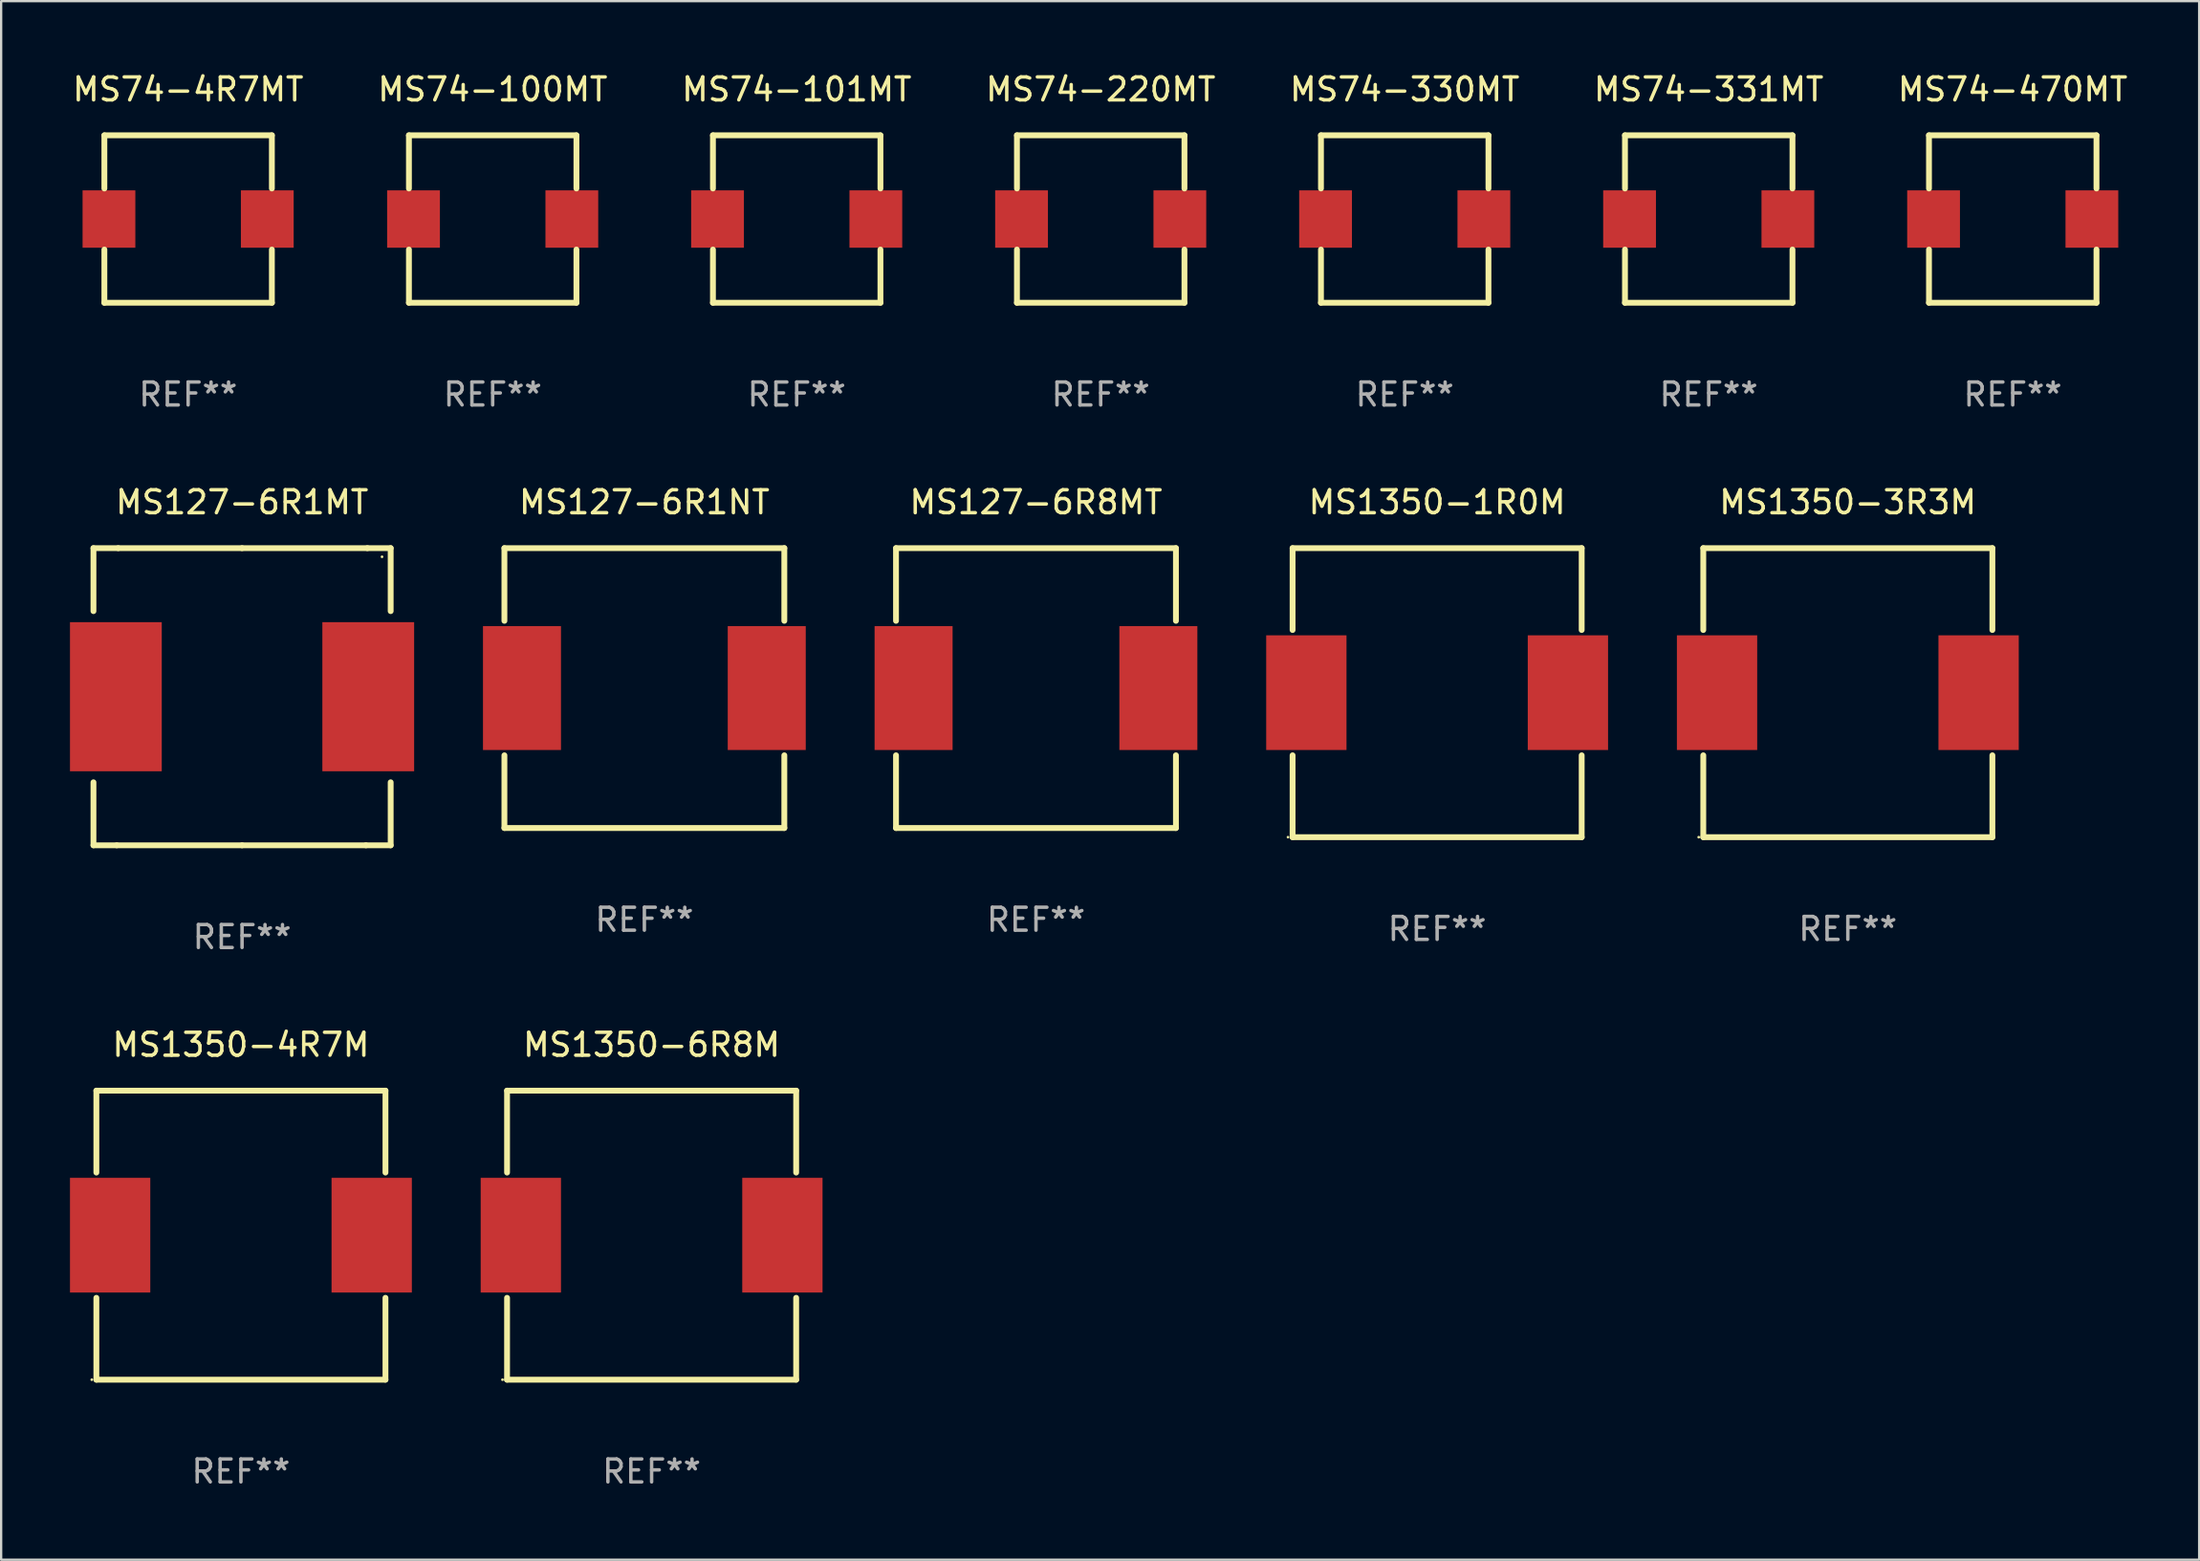
<source format=kicad_pcb>
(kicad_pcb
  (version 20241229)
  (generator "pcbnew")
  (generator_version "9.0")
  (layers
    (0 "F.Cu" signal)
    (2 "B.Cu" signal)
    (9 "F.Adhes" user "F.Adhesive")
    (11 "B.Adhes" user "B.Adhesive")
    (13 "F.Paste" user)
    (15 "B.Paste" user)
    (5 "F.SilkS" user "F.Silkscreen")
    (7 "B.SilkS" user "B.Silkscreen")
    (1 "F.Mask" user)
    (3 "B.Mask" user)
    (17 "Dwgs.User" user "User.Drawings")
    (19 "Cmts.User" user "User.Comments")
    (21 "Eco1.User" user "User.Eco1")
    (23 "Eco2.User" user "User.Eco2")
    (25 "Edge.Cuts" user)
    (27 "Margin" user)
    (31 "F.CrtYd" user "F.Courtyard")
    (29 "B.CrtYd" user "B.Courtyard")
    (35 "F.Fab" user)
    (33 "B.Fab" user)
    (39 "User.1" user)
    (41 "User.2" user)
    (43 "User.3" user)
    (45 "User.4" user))
  (footprint "MS74-4R7MT"
    (layer "F.Cu")
    (at 5.149 6.498)
    (property "Reference" "MS74-4R7MT" (at 0 -5.65 0) (layer "F.SilkS") (effects (font (size 1 1) (thickness 0.15))))
    (attr through_hole)
    (fp_line (start -3.65 -3.65) (end 3.65 -3.65) (stroke (width 0.254) (type solid)) (layer "F.SilkS"))
    (fp_line (start -3.65 -1.331) (end -3.65 -3.65) (stroke (width 0.254) (type solid)) (layer "F.SilkS"))
    (fp_line (start -3.65 3.65) (end -3.65 1.331) (stroke (width 0.254) (type solid)) (layer "F.SilkS"))
    (fp_line (start 3.65 -3.65) (end 3.65 -1.331) (stroke (width 0.254) (type solid)) (layer "F.SilkS"))
    (fp_line (start 3.65 1.331) (end 3.65 3.65) (stroke (width 0.254) (type solid)) (layer "F.SilkS"))
    (fp_line (start 3.65 3.65) (end -3.65 3.65) (stroke (width 0.254) (type solid)) (layer "F.SilkS"))
    (fp_circle (center -3.65 3.65) (end -3.62 3.65) (stroke (width 0.06) (type solid)) (fill no) (layer "F.SilkS"))
    (fp_text user "REF**" (at 0 7.65 0) (layer "F.Fab") (effects (font (size 1 1) (thickness 0.15))))
    (pad "1" smd rect (at -3.45 0) (size 2.3 2.5) (layers "F.Cu" "F.Mask" "F.Paste"))
    (pad "2" smd rect (at 3.45 0) (size 2.3 2.5) (layers "F.Cu" "F.Mask" "F.Paste")))
  (footprint "MS74-101MT"
    (layer "F.Cu")
    (at 31.673 6.498)
    (property "Reference" "MS74-101MT" (at 0 -5.65 0) (layer "F.SilkS") (effects (font (size 1 1) (thickness 0.15))))
    (attr through_hole)
    (fp_line (start -3.65 -3.65) (end 3.65 -3.65) (stroke (width 0.254) (type solid)) (layer "F.SilkS"))
    (fp_line (start -3.65 -1.331) (end -3.65 -3.65) (stroke (width 0.254) (type solid)) (layer "F.SilkS"))
    (fp_line (start -3.65 3.65) (end -3.65 1.331) (stroke (width 0.254) (type solid)) (layer "F.SilkS"))
    (fp_line (start 3.65 -3.65) (end 3.65 -1.331) (stroke (width 0.254) (type solid)) (layer "F.SilkS"))
    (fp_line (start 3.65 1.331) (end 3.65 3.65) (stroke (width 0.254) (type solid)) (layer "F.SilkS"))
    (fp_line (start 3.65 3.65) (end -3.65 3.65) (stroke (width 0.254) (type solid)) (layer "F.SilkS"))
    (fp_circle (center -3.65 3.65) (end -3.62 3.65) (stroke (width 0.06) (type solid)) (fill no) (layer "F.SilkS"))
    (fp_text user "REF**" (at 0 7.65 0) (layer "F.Fab") (effects (font (size 1 1) (thickness 0.15))))
    (pad "1" smd rect (at -3.45 0) (size 2.3 2.5) (layers "F.Cu" "F.Mask" "F.Paste"))
    (pad "2" smd rect (at 3.45 0) (size 2.3 2.5) (layers "F.Cu" "F.Mask" "F.Paste")))
  (footprint "MS74-331MT"
    (layer "F.Cu")
    (at 71.423 6.498)
    (property "Reference" "MS74-331MT" (at 0 -5.65 0) (layer "F.SilkS") (effects (font (size 1 1) (thickness 0.15))))
    (attr through_hole)
    (fp_line (start -3.65 -3.65) (end 3.65 -3.65) (stroke (width 0.254) (type solid)) (layer "F.SilkS"))
    (fp_line (start -3.65 -1.331) (end -3.65 -3.65) (stroke (width 0.254) (type solid)) (layer "F.SilkS"))
    (fp_line (start -3.65 3.65) (end -3.65 1.331) (stroke (width 0.254) (type solid)) (layer "F.SilkS"))
    (fp_line (start 3.65 -3.65) (end 3.65 -1.331) (stroke (width 0.254) (type solid)) (layer "F.SilkS"))
    (fp_line (start 3.65 1.331) (end 3.65 3.65) (stroke (width 0.254) (type solid)) (layer "F.SilkS"))
    (fp_line (start 3.65 3.65) (end -3.65 3.65) (stroke (width 0.254) (type solid)) (layer "F.SilkS"))
    (fp_circle (center -3.65 3.65) (end -3.62 3.65) (stroke (width 0.06) (type solid)) (fill no) (layer "F.SilkS"))
    (fp_text user "REF**" (at 0 7.65 0) (layer "F.Fab") (effects (font (size 1 1) (thickness 0.15))))
    (pad "1" smd rect (at -3.45 0) (size 2.3 2.5) (layers "F.Cu" "F.Mask" "F.Paste"))
    (pad "2" smd rect (at 3.45 0) (size 2.3 2.5) (layers "F.Cu" "F.Mask" "F.Paste")))
  (footprint "MS1350-6R8M"
    (layer "F.Cu")
    (at 25.35 50.795)
    (property "Reference" "MS1350-6R8M" (at 0 -8.3 0) (layer "F.SilkS") (effects (font (size 1 1) (thickness 0.15))))
    (attr through_hole)
    (fp_line (start -6.3 -6.3) (end 6.3 -6.3) (stroke (width 0.254) (type solid)) (layer "F.SilkS"))
    (fp_line (start -6.3 -2.731) (end -6.3 -6.3) (stroke (width 0.254) (type solid)) (layer "F.SilkS"))
    (fp_line (start -6.3 6.3) (end -6.3 2.731) (stroke (width 0.254) (type solid)) (layer "F.SilkS"))
    (fp_line (start 6.3 -6.3) (end 6.3 -2.731) (stroke (width 0.254) (type solid)) (layer "F.SilkS"))
    (fp_line (start 6.3 2.731) (end 6.3 6.3) (stroke (width 0.254) (type solid)) (layer "F.SilkS"))
    (fp_line (start 6.3 6.3) (end -6.3 6.3) (stroke (width 0.254) (type solid)) (layer "F.SilkS"))
    (fp_circle (center -6.5 6.3) (end -6.47 6.3) (stroke (width 0.06) (type solid)) (fill no) (layer "F.SilkS"))
    (fp_text user "REF**" (at 0 10.3 0) (layer "F.Fab") (effects (font (size 1 1) (thickness 0.15))))
    (pad "1" smd rect (at -5.7 0) (size 3.5 5) (layers "F.Cu" "F.Mask" "F.Paste"))
    (pad "2" smd rect (at 5.7 0) (size 3.5 5) (layers "F.Cu" "F.Mask" "F.Paste")))
  (footprint "MS74-470MT"
    (layer "F.Cu")
    (at 84.673 6.498)
    (property "Reference" "MS74-470MT" (at 0 -5.65 0) (layer "F.SilkS") (effects (font (size 1 1) (thickness 0.15))))
    (attr through_hole)
    (fp_line (start -3.65 -3.65) (end 3.65 -3.65) (stroke (width 0.254) (type solid)) (layer "F.SilkS"))
    (fp_line (start -3.65 -1.331) (end -3.65 -3.65) (stroke (width 0.254) (type solid)) (layer "F.SilkS"))
    (fp_line (start -3.65 3.65) (end -3.65 1.331) (stroke (width 0.254) (type solid)) (layer "F.SilkS"))
    (fp_line (start 3.65 -3.65) (end 3.65 -1.331) (stroke (width 0.254) (type solid)) (layer "F.SilkS"))
    (fp_line (start 3.65 1.331) (end 3.65 3.65) (stroke (width 0.254) (type solid)) (layer "F.SilkS"))
    (fp_line (start 3.65 3.65) (end -3.65 3.65) (stroke (width 0.254) (type solid)) (layer "F.SilkS"))
    (fp_circle (center -3.65 3.65) (end -3.62 3.65) (stroke (width 0.06) (type solid)) (fill no) (layer "F.SilkS"))
    (fp_text user "REF**" (at 0 7.65 0) (layer "F.Fab") (effects (font (size 1 1) (thickness 0.15))))
    (pad "1" smd rect (at -3.45 0) (size 2.3 2.5) (layers "F.Cu" "F.Mask" "F.Paste"))
    (pad "2" smd rect (at 3.45 0) (size 2.3 2.5) (layers "F.Cu" "F.Mask" "F.Paste")))
  (footprint "MS74-330MT"
    (layer "F.Cu")
    (at 58.173 6.498)
    (property "Reference" "MS74-330MT" (at 0 -5.65 0) (layer "F.SilkS") (effects (font (size 1 1) (thickness 0.15))))
    (attr through_hole)
    (fp_line (start -3.65 -3.65) (end 3.65 -3.65) (stroke (width 0.254) (type solid)) (layer "F.SilkS"))
    (fp_line (start -3.65 -1.331) (end -3.65 -3.65) (stroke (width 0.254) (type solid)) (layer "F.SilkS"))
    (fp_line (start -3.65 3.65) (end -3.65 1.331) (stroke (width 0.254) (type solid)) (layer "F.SilkS"))
    (fp_line (start 3.65 -3.65) (end 3.65 -1.331) (stroke (width 0.254) (type solid)) (layer "F.SilkS"))
    (fp_line (start 3.65 1.331) (end 3.65 3.65) (stroke (width 0.254) (type solid)) (layer "F.SilkS"))
    (fp_line (start 3.65 3.65) (end -3.65 3.65) (stroke (width 0.254) (type solid)) (layer "F.SilkS"))
    (fp_circle (center -3.65 3.65) (end -3.62 3.65) (stroke (width 0.06) (type solid)) (fill no) (layer "F.SilkS"))
    (fp_text user "REF**" (at 0 7.65 0) (layer "F.Fab") (effects (font (size 1 1) (thickness 0.15))))
    (pad "1" smd rect (at -3.45 0) (size 2.3 2.5) (layers "F.Cu" "F.Mask" "F.Paste"))
    (pad "2" smd rect (at 3.45 0) (size 2.3 2.5) (layers "F.Cu" "F.Mask" "F.Paste")))
  (footprint "MS1350-3R3M"
    (layer "F.Cu")
    (at 77.486 27.145)
    (property "Reference" "MS1350-3R3M" (at 0 -8.3 0) (layer "F.SilkS") (effects (font (size 1 1) (thickness 0.15))))
    (attr through_hole)
    (fp_line (start -6.3 -6.3) (end 6.3 -6.3) (stroke (width 0.254) (type solid)) (layer "F.SilkS"))
    (fp_line (start -6.3 -2.731) (end -6.3 -6.3) (stroke (width 0.254) (type solid)) (layer "F.SilkS"))
    (fp_line (start -6.3 6.3) (end -6.3 2.731) (stroke (width 0.254) (type solid)) (layer "F.SilkS"))
    (fp_line (start 6.3 -6.3) (end 6.3 -2.731) (stroke (width 0.254) (type solid)) (layer "F.SilkS"))
    (fp_line (start 6.3 2.731) (end 6.3 6.3) (stroke (width 0.254) (type solid)) (layer "F.SilkS"))
    (fp_line (start 6.3 6.3) (end -6.3 6.3) (stroke (width 0.254) (type solid)) (layer "F.SilkS"))
    (fp_circle (center -6.5 6.3) (end -6.47 6.3) (stroke (width 0.06) (type solid)) (fill no) (layer "F.SilkS"))
    (fp_text user "REF**" (at 0 10.3 0) (layer "F.Fab") (effects (font (size 1 1) (thickness 0.15))))
    (pad "1" smd rect (at -5.7 0) (size 3.5 5) (layers "F.Cu" "F.Mask" "F.Paste"))
    (pad "2" smd rect (at 5.7 0) (size 3.5 5) (layers "F.Cu" "F.Mask" "F.Paste")))
  (footprint "MS74-100MT"
    (layer "F.Cu")
    (at 18.423 6.498)
    (property "Reference" "MS74-100MT" (at 0 -5.65 0) (layer "F.SilkS") (effects (font (size 1 1) (thickness 0.15))))
    (attr through_hole)
    (fp_line (start -3.65 -3.65) (end 3.65 -3.65) (stroke (width 0.254) (type solid)) (layer "F.SilkS"))
    (fp_line (start -3.65 -1.331) (end -3.65 -3.65) (stroke (width 0.254) (type solid)) (layer "F.SilkS"))
    (fp_line (start -3.65 3.65) (end -3.65 1.331) (stroke (width 0.254) (type solid)) (layer "F.SilkS"))
    (fp_line (start 3.65 -3.65) (end 3.65 -1.331) (stroke (width 0.254) (type solid)) (layer "F.SilkS"))
    (fp_line (start 3.65 1.331) (end 3.65 3.65) (stroke (width 0.254) (type solid)) (layer "F.SilkS"))
    (fp_line (start 3.65 3.65) (end -3.65 3.65) (stroke (width 0.254) (type solid)) (layer "F.SilkS"))
    (fp_circle (center -3.65 3.65) (end -3.62 3.65) (stroke (width 0.06) (type solid)) (fill no) (layer "F.SilkS"))
    (fp_text user "REF**" (at 0 7.65 0) (layer "F.Fab") (effects (font (size 1 1) (thickness 0.15))))
    (pad "1" smd rect (at -3.45 0) (size 2.3 2.5) (layers "F.Cu" "F.Mask" "F.Paste"))
    (pad "2" smd rect (at 3.45 0) (size 2.3 2.5) (layers "F.Cu" "F.Mask" "F.Paste")))
  (footprint "MS1350-1R0M"
    (layer "F.Cu")
    (at 59.586 27.145)
    (property "Reference" "MS1350-1R0M" (at 0 -8.3 0) (layer "F.SilkS") (effects (font (size 1 1) (thickness 0.15))))
    (attr through_hole)
    (fp_line (start -6.3 -6.3) (end 6.3 -6.3) (stroke (width 0.254) (type solid)) (layer "F.SilkS"))
    (fp_line (start -6.3 -2.731) (end -6.3 -6.3) (stroke (width 0.254) (type solid)) (layer "F.SilkS"))
    (fp_line (start -6.3 6.3) (end -6.3 2.731) (stroke (width 0.254) (type solid)) (layer "F.SilkS"))
    (fp_line (start 6.3 -6.3) (end 6.3 -2.731) (stroke (width 0.254) (type solid)) (layer "F.SilkS"))
    (fp_line (start 6.3 2.731) (end 6.3 6.3) (stroke (width 0.254) (type solid)) (layer "F.SilkS"))
    (fp_line (start 6.3 6.3) (end -6.3 6.3) (stroke (width 0.254) (type solid)) (layer "F.SilkS"))
    (fp_circle (center -6.5 6.3) (end -6.47 6.3) (stroke (width 0.06) (type solid)) (fill no) (layer "F.SilkS"))
    (fp_text user "REF**" (at 0 10.3 0) (layer "F.Fab") (effects (font (size 1 1) (thickness 0.15))))
    (pad "1" smd rect (at -5.7 0) (size 3.5 5) (layers "F.Cu" "F.Mask" "F.Paste"))
    (pad "2" smd rect (at 5.7 0) (size 3.5 5) (layers "F.Cu" "F.Mask" "F.Paste")))
  (footprint "MS1350-4R7M"
    (layer "F.Cu")
    (at 7.45 50.795)
    (property "Reference" "MS1350-4R7M" (at 0 -8.3 0) (layer "F.SilkS") (effects (font (size 1 1) (thickness 0.15))))
    (attr through_hole)
    (fp_line (start -6.3 -6.3) (end 6.3 -6.3) (stroke (width 0.254) (type solid)) (layer "F.SilkS"))
    (fp_line (start -6.3 -2.731) (end -6.3 -6.3) (stroke (width 0.254) (type solid)) (layer "F.SilkS"))
    (fp_line (start -6.3 6.3) (end -6.3 2.731) (stroke (width 0.254) (type solid)) (layer "F.SilkS"))
    (fp_line (start 6.3 -6.3) (end 6.3 -2.731) (stroke (width 0.254) (type solid)) (layer "F.SilkS"))
    (fp_line (start 6.3 2.731) (end 6.3 6.3) (stroke (width 0.254) (type solid)) (layer "F.SilkS"))
    (fp_line (start 6.3 6.3) (end -6.3 6.3) (stroke (width 0.254) (type solid)) (layer "F.SilkS"))
    (fp_circle (center -6.5 6.3) (end -6.47 6.3) (stroke (width 0.06) (type solid)) (fill no) (layer "F.SilkS"))
    (fp_text user "REF**" (at 0 10.3 0) (layer "F.Fab") (effects (font (size 1 1) (thickness 0.15))))
    (pad "1" smd rect (at -5.7 0) (size 3.5 5) (layers "F.Cu" "F.Mask" "F.Paste"))
    (pad "2" smd rect (at 5.7 0) (size 3.5 5) (layers "F.Cu" "F.Mask" "F.Paste")))
  (footprint "MS127-6R1MT"
    (layer "F.Cu")
    (at 7.5 27.322)
    (property "Reference" "MS127-6R1MT" (at 0 -8.477 0) (layer "F.SilkS") (effects (font (size 1 1) (thickness 0.15))))
    (attr through_hole)
    (fp_line (start -6.477 -6.477) (end -5.398 -6.477) (stroke (width 0.254) (type solid)) (layer "F.SilkS"))
    (fp_line (start -6.477 -3.731) (end -6.477 -6.477) (stroke (width 0.254) (type solid)) (layer "F.SilkS"))
    (fp_line (start -6.477 6.477) (end -6.477 3.731) (stroke (width 0.254) (type solid)) (layer "F.SilkS"))
    (fp_line (start -5.461 6.477) (end -6.477 6.477) (stroke (width 0.254) (type solid)) (layer "F.SilkS"))
    (fp_line (start -5.398 -6.477) (end 0 -6.477) (stroke (width 0.254) (type solid)) (layer "F.SilkS"))
    (fp_line (start 0 -6.477) (end 5.461 -6.477) (stroke (width 0.254) (type solid)) (layer "F.SilkS"))
    (fp_line (start 0 6.477) (end -5.461 6.477) (stroke (width 0.254) (type solid)) (layer "F.SilkS"))
    (fp_line (start 5.398 6.477) (end 0 6.477) (stroke (width 0.254) (type solid)) (layer "F.SilkS"))
    (fp_line (start 5.461 -6.477) (end 6.477 -6.477) (stroke (width 0.254) (type solid)) (layer "F.SilkS"))
    (fp_line (start 6.477 -6.477) (end 6.477 -3.731) (stroke (width 0.254) (type solid)) (layer "F.SilkS"))
    (fp_line (start 6.477 3.731) (end 6.477 6.477) (stroke (width 0.254) (type solid)) (layer "F.SilkS"))
    (fp_line (start 6.477 6.477) (end 5.398 6.477) (stroke (width 0.254) (type solid)) (layer "F.SilkS"))
    (fp_circle (center 6.1 -6.1) (end 6.13 -6.1) (stroke (width 0.06) (type solid)) (fill no) (layer "F.SilkS"))
    (fp_text user "REF**" (at 0 10.477 0) (layer "F.Fab") (effects (font (size 1 1) (thickness 0.15))))
    (pad "1" smd rect (at 5.5 0) (size 4 6.5) (layers "F.Cu" "F.Mask" "F.Paste"))
    (pad "2" smd rect (at -5.5 0) (size 4 6.5) (layers "F.Cu" "F.Mask" "F.Paste")))
  (footprint "MS74-220MT"
    (layer "F.Cu")
    (at 44.923 6.498)
    (property "Reference" "MS74-220MT" (at 0 -5.65 0) (layer "F.SilkS") (effects (font (size 1 1) (thickness 0.15))))
    (attr through_hole)
    (fp_line (start -3.65 -3.65) (end 3.65 -3.65) (stroke (width 0.254) (type solid)) (layer "F.SilkS"))
    (fp_line (start -3.65 -1.331) (end -3.65 -3.65) (stroke (width 0.254) (type solid)) (layer "F.SilkS"))
    (fp_line (start -3.65 3.65) (end -3.65 1.331) (stroke (width 0.254) (type solid)) (layer "F.SilkS"))
    (fp_line (start 3.65 -3.65) (end 3.65 -1.331) (stroke (width 0.254) (type solid)) (layer "F.SilkS"))
    (fp_line (start 3.65 1.331) (end 3.65 3.65) (stroke (width 0.254) (type solid)) (layer "F.SilkS"))
    (fp_line (start 3.65 3.65) (end -3.65 3.65) (stroke (width 0.254) (type solid)) (layer "F.SilkS"))
    (fp_circle (center -3.65 3.65) (end -3.62 3.65) (stroke (width 0.06) (type solid)) (fill no) (layer "F.SilkS"))
    (fp_text user "REF**" (at 0 7.65 0) (layer "F.Fab") (effects (font (size 1 1) (thickness 0.15))))
    (pad "1" smd rect (at -3.45 0) (size 2.3 2.5) (layers "F.Cu" "F.Mask" "F.Paste"))
    (pad "2" smd rect (at 3.45 0) (size 2.3 2.5) (layers "F.Cu" "F.Mask" "F.Paste")))
  (footprint "MS127-6R1NT"
    (layer "F.Cu")
    (at 25.034 26.945)
    (property "Reference" "MS127-6R1NT" (at 0 -8.1 0) (layer "F.SilkS") (effects (font (size 1 1) (thickness 0.15))))
    (attr through_hole)
    (fp_line (start -6.1 -6.1) (end -6.1 -2.931) (stroke (width 0.254) (type solid)) (layer "F.SilkS"))
    (fp_line (start -6.1 -6.1) (end 6.1 -6.1) (stroke (width 0.254) (type solid)) (layer "F.SilkS"))
    (fp_line (start -6.1 6.1) (end -6.1 2.931) (stroke (width 0.254) (type solid)) (layer "F.SilkS"))
    (fp_line (start -6.1 6.1) (end 6.1 6.1) (stroke (width 0.254) (type solid)) (layer "F.SilkS"))
    (fp_line (start 6.1 -6.1) (end 6.1 -2.931) (stroke (width 0.254) (type solid)) (layer "F.SilkS"))
    (fp_line (start 6.1 2.931) (end 6.1 6.1) (stroke (width 0.254) (type solid)) (layer "F.SilkS"))
    (fp_circle (center -6.1 6.1) (end -6.07 6.1) (stroke (width 0.06) (type solid)) (fill no) (layer "F.SilkS"))
    (fp_text user "REF**" (at 0 10.1 0) (layer "F.Fab") (effects (font (size 1 1) (thickness 0.15))))
    (pad "1" smd rect (at -5.334 0 90) (size 5.4 3.4) (layers "F.Cu" "F.Mask" "F.Paste"))
    (pad "2" smd rect (at 5.334 0 90) (size 5.4 3.4) (layers "F.Cu" "F.Mask" "F.Paste")))
  (footprint "MS127-6R8MT"
    (layer "F.Cu")
    (at 42.102 26.945)
    (property "Reference" "MS127-6R8MT" (at 0 -8.1 0) (layer "F.SilkS") (effects (font (size 1 1) (thickness 0.15))))
    (attr through_hole)
    (fp_line (start -6.1 -6.1) (end -6.1 -2.931) (stroke (width 0.254) (type solid)) (layer "F.SilkS"))
    (fp_line (start -6.1 -6.1) (end 6.1 -6.1) (stroke (width 0.254) (type solid)) (layer "F.SilkS"))
    (fp_line (start -6.1 6.1) (end -6.1 2.931) (stroke (width 0.254) (type solid)) (layer "F.SilkS"))
    (fp_line (start -6.1 6.1) (end 6.1 6.1) (stroke (width 0.254) (type solid)) (layer "F.SilkS"))
    (fp_line (start 6.1 -6.1) (end 6.1 -2.931) (stroke (width 0.254) (type solid)) (layer "F.SilkS"))
    (fp_line (start 6.1 2.931) (end 6.1 6.1) (stroke (width 0.254) (type solid)) (layer "F.SilkS"))
    (fp_circle (center -6.1 6.1) (end -6.07 6.1) (stroke (width 0.06) (type solid)) (fill no) (layer "F.SilkS"))
    (fp_text user "REF**" (at 0 10.1 0) (layer "F.Fab") (effects (font (size 1 1) (thickness 0.15))))
    (pad "1" smd rect (at -5.334 0 90) (size 5.4 3.4) (layers "F.Cu" "F.Mask" "F.Paste"))
    (pad "2" smd rect (at 5.334 0 90) (size 5.4 3.4) (layers "F.Cu" "F.Mask" "F.Paste")))
  (gr_rect
    (start -3 -3)
    (end 92.798 64.944)
    (stroke (width 0.1) (type default))
    (fill no)
    (layer "Edge.Cuts")))
</source>
